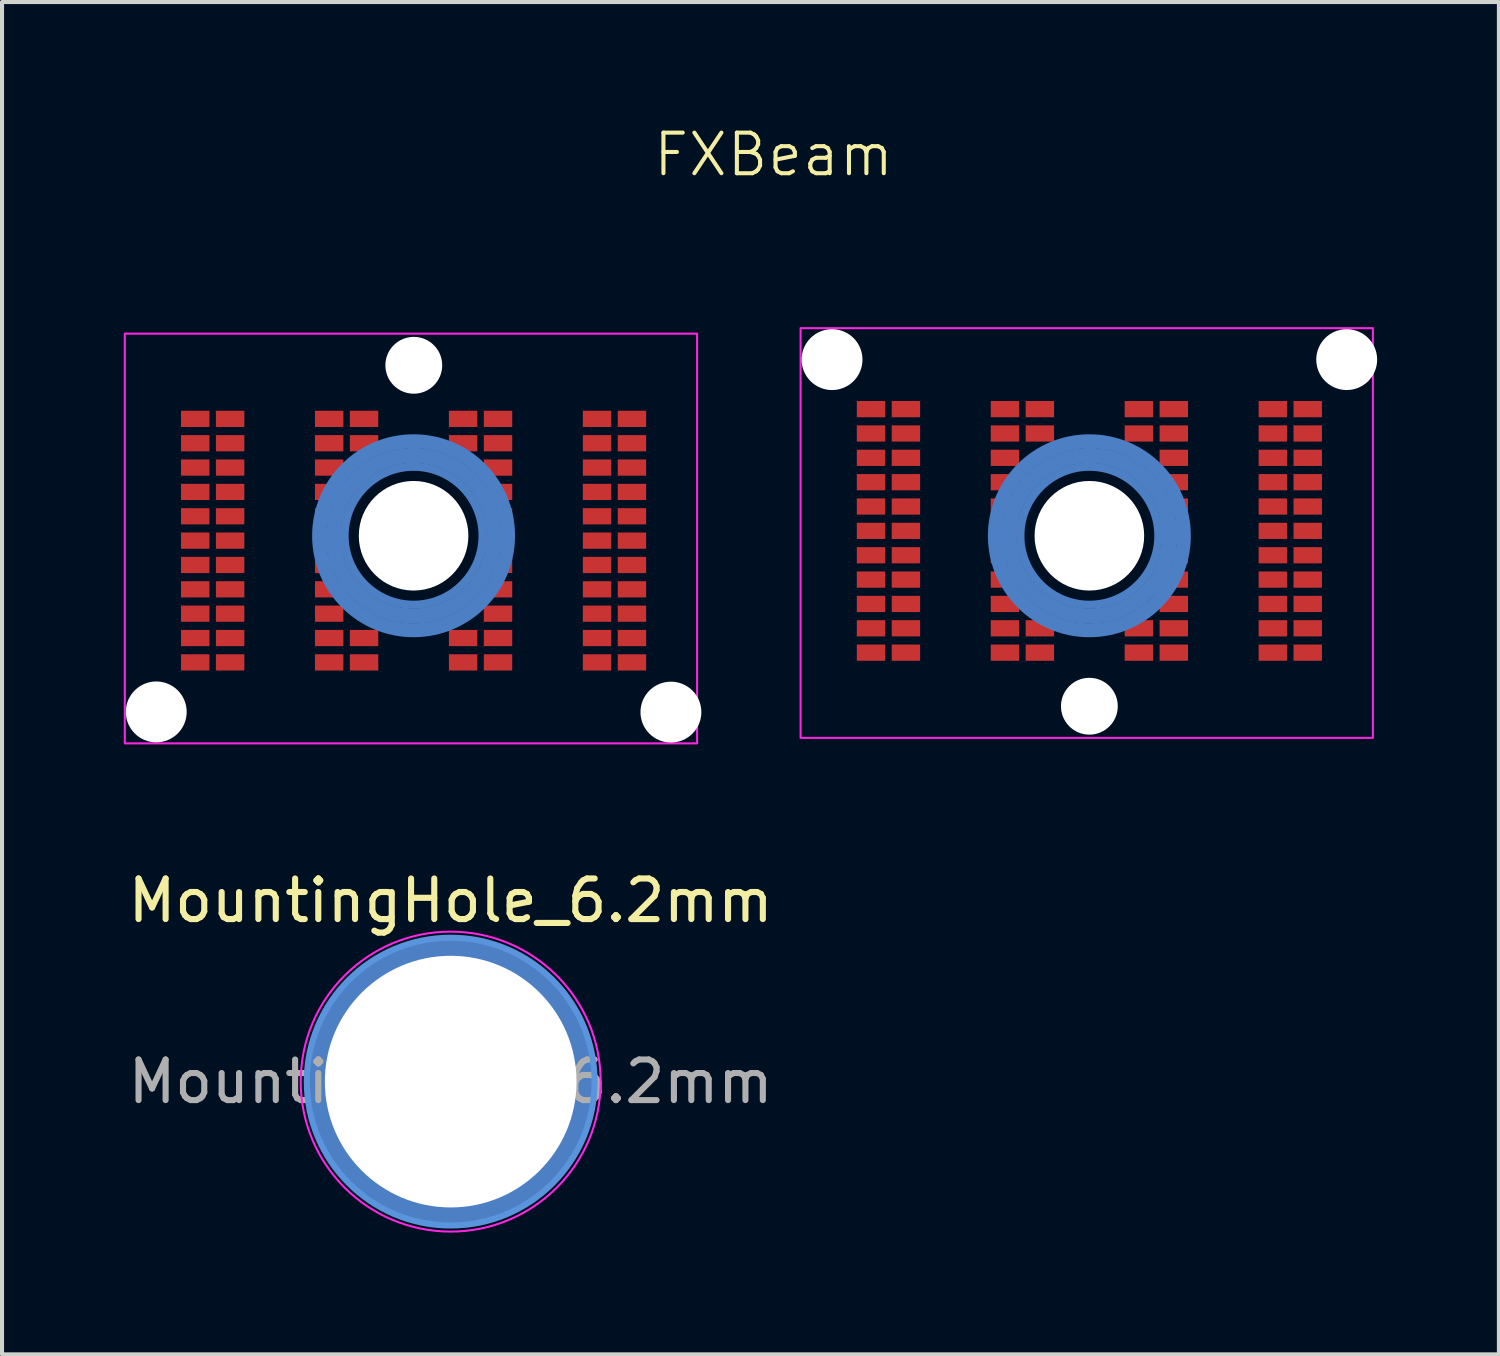
<source format=kicad_pcb>
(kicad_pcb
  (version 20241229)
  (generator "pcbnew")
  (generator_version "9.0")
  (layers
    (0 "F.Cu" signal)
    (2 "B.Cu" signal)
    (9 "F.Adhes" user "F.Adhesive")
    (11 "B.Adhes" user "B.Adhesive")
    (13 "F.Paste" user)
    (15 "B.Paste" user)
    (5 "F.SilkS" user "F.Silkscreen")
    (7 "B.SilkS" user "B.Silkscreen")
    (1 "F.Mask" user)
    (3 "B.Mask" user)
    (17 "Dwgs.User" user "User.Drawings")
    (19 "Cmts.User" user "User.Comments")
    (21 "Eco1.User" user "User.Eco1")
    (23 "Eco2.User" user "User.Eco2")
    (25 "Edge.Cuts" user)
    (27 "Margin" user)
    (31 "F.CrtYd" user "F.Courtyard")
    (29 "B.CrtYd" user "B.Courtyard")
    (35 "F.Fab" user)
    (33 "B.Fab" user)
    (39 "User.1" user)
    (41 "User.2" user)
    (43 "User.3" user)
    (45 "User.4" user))
  (footprint "MountingHole_6.2mm"
    (layer "F.Cu")
    (at 8.054 23.599)
    (property "Reference" "MountingHole_6.2mm" (at 0 -4.46 0) (layer "F.SilkS") (effects (font (size 1 1) (thickness 0.15))))
    (attr exclude_from_pos_files exclude_from_bom)
    (fp_circle (center 0 0) (end 3.545 0) (stroke (width 0.15) (type solid)) (fill no) (layer "Cmts.User"))
    (fp_circle (center 0 0) (end 3.695 0) (stroke (width 0.05) (type solid)) (fill no) (layer "F.CrtYd"))
    (fp_text user "${REFERENCE}" (at 0 0 0) (layer "F.Fab") (effects (font (size 1 1) (thickness 0.15))))
    (pad "1" thru_hole circle (at 0 0) (size 7.1 7.1) (drill 6.2) (layers "*.Cu" "*.Mask")))
  (footprint "FXBeam"
    (layer "F.Cu")
    (at 15.47 10.15)
    (property "Reference" "FXBeam" (at 0.54 -9.39 0) (unlocked yes) (layer "F.SilkS") (effects (font (size 1 1) (thickness 0.1))))
    (attr smd exclude_from_pos_files exclude_from_bom)
    (fp_circle (center -8.33 0) (end -6.63 0) (stroke (width 0.2) (type default)) (fill no) (layer "B.Cu"))
    (fp_circle (center -8.33 0) (end -6.44 0.005) (stroke (width 0.2) (type default)) (fill no) (layer "B.Cu"))
    (fp_circle (center -8.33 0) (end -6.265 0) (stroke (width 0.2) (type default)) (fill no) (layer "B.Cu"))
    (fp_circle (center -8.33 0) (end -6.075 0) (stroke (width 0.2) (type default)) (fill no) (layer "B.Cu"))
    (fp_circle (center -8.33 0) (end -5.93 0) (stroke (width 0.2) (type default)) (fill no) (layer "B.Cu"))
    (fp_circle (center 8.32 0) (end 10.02 0) (stroke (width 0.2) (type default)) (fill no) (layer "B.Cu"))
    (fp_circle (center 8.32 0) (end 10.21 0.005) (stroke (width 0.2) (type default)) (fill no) (layer "B.Cu"))
    (fp_circle (center 8.32 0) (end 10.385 0) (stroke (width 0.2) (type default)) (fill no) (layer "B.Cu"))
    (fp_circle (center 8.32 0) (end 10.575 0) (stroke (width 0.2) (type default)) (fill no) (layer "B.Cu"))
    (fp_circle (center 8.32 0) (end 10.72 0) (stroke (width 0.2) (type default)) (fill no) (layer "B.Cu"))
    (fp_rect (start -15.445 -4.98) (end -1.345 5.115) (stroke (width 0.05) (type default)) (fill no) (layer "F.CrtYd"))
    (fp_rect (start 15.305 4.98) (end 1.205 -5.115) (stroke (width 0.05) (type default)) (fill no) (layer "F.CrtYd"))
    (pad "" np_thru_hole circle (at -14.67 4.34) (size 1.5 1.5) (drill 1.5) (layers "*.Cu" "*.Mask"))
    (pad "" np_thru_hole circle (at -8.33 0) (size 2.7 2.7) (drill 2.7) (layers "*.Cu" "*.Mask"))
    (pad "" np_thru_hole circle (at -8.325 -4.2) (size 1.4 1.4) (drill 1.4) (layers "*.Cu" "*.Mask"))
    (pad "" np_thru_hole circle (at -1.99 4.345) (size 1.5 1.5) (drill 1.5) (layers "*.Cu" "*.Mask"))
    (pad "" np_thru_hole circle (at 1.98 -4.34) (size 1.5 1.5) (drill 1.5) (layers "*.Cu" "*.Mask"))
    (pad "" np_thru_hole circle (at 8.32 0) (size 2.7 2.7) (drill 2.7) (layers "*.Cu" "*.Mask"))
    (pad "" np_thru_hole circle (at 8.32 4.2) (size 1.4 1.4) (drill 1.4) (layers "*.Cu" "*.Mask"))
    (pad "" np_thru_hole circle (at 14.66 -4.34) (size 1.5 1.5) (drill 1.5) (layers "*.Cu" "*.Mask"))
    (pad "PA1" smd rect (at -2.95 -2.88) (size 0.7 0.4) (layers "F.Cu" "F.Mask" "F.Paste"))
    (pad "PA2" smd rect (at -3.81 -2.88) (size 0.7 0.4) (layers "F.Cu" "F.Mask" "F.Paste"))
    (pad "PA3" smd rect (at -6.25 -2.88) (size 0.7 0.4) (layers "F.Cu" "F.Mask" "F.Paste"))
    (pad "PA4" smd rect (at -7.11 -2.88) (size 0.7 0.4) (layers "F.Cu" "F.Mask" "F.Paste"))
    (pad "PA5" smd rect (at -9.55 -2.88 180) (size 0.7 0.4) (layers "F.Cu" "F.Mask" "F.Paste"))
    (pad "PA6" smd rect (at -10.41 -2.88 180) (size 0.7 0.4) (layers "F.Cu" "F.Mask" "F.Paste"))
    (pad "PA7" smd rect (at -12.85 -2.88) (size 0.7 0.4) (layers "F.Cu" "F.Mask" "F.Paste"))
    (pad "PA8" smd rect (at -13.71 -2.88) (size 0.7 0.4) (layers "F.Cu" "F.Mask" "F.Paste"))
    (pad "PB1" smd rect (at -2.95 -2.28) (size 0.7 0.4) (layers "F.Cu" "F.Mask" "F.Paste"))
    (pad "PB2" smd rect (at -3.81 -2.28) (size 0.7 0.4) (layers "F.Cu" "F.Mask" "F.Paste"))
    (pad "PB3" smd rect (at -6.25 -2.28) (size 0.7 0.4) (layers "F.Cu" "F.Mask" "F.Paste"))
    (pad "PB4" smd rect (at -7.11 -2.28) (size 0.7 0.4) (layers "F.Cu" "F.Mask" "F.Paste"))
    (pad "PB5" smd rect (at -9.55 -2.28 180) (size 0.7 0.4) (layers "F.Cu" "F.Mask" "F.Paste"))
    (pad "PB6" smd rect (at -10.41 -2.28 180) (size 0.7 0.4) (layers "F.Cu" "F.Mask" "F.Paste"))
    (pad "PB7" smd rect (at -12.85 -2.28) (size 0.7 0.4) (layers "F.Cu" "F.Mask" "F.Paste"))
    (pad "PB8" smd rect (at -13.71 -2.28) (size 0.7 0.4) (layers "F.Cu" "F.Mask" "F.Paste"))
    (pad "PC1" smd rect (at -2.95 -1.68) (size 0.7 0.4) (layers "F.Cu" "F.Mask" "F.Paste"))
    (pad "PC2" smd rect (at -3.81 -1.68) (size 0.7 0.4) (layers "F.Cu" "F.Mask" "F.Paste"))
    (pad "PC3" smd rect (at -6.25 -1.68) (size 0.7 0.4) (layers "F.Cu" "F.Mask" "F.Paste"))
    (pad "PC6" smd rect (at -10.41 -1.68 180) (size 0.7 0.4) (layers "F.Cu" "F.Mask" "F.Paste"))
    (pad "PC7" smd rect (at -12.85 -1.68) (size 0.7 0.4) (layers "F.Cu" "F.Mask" "F.Paste"))
    (pad "PC8" smd rect (at -13.71 -1.68) (size 0.7 0.4) (layers "F.Cu" "F.Mask" "F.Paste"))
    (pad "PD1" smd rect (at -2.95 -1.08) (size 0.7 0.4) (layers "F.Cu" "F.Mask" "F.Paste"))
    (pad "PD2" smd rect (at -3.81 -1.08) (size 0.7 0.4) (layers "F.Cu" "F.Mask" "F.Paste"))
    (pad "PD3" smd rect (at -6.25 -1.08) (size 0.7 0.4) (layers "F.Cu" "F.Mask" "F.Paste"))
    (pad "PD6" smd rect (at -10.41 -1.08 180) (size 0.7 0.4) (layers "F.Cu" "F.Mask" "F.Paste"))
    (pad "PD7" smd rect (at -12.85 -1.08) (size 0.7 0.4) (layers "F.Cu" "F.Mask" "F.Paste"))
    (pad "PD8" smd rect (at -13.71 -1.08) (size 0.7 0.4) (layers "F.Cu" "F.Mask" "F.Paste"))
    (pad "PE1" smd rect (at -2.95 -0.48) (size 0.7 0.4) (layers "F.Cu" "F.Mask" "F.Paste"))
    (pad "PE2" smd rect (at -3.81 -0.48) (size 0.7 0.4) (layers "F.Cu" "F.Mask" "F.Paste"))
    (pad "PE3" smd rect (at -6.25 -0.48) (size 0.7 0.4) (layers "F.Cu" "F.Mask" "F.Paste"))
    (pad "PE6" smd rect (at -10.41 -0.48 180) (size 0.7 0.4) (layers "F.Cu" "F.Mask" "F.Paste"))
    (pad "PE7" smd rect (at -12.85 -0.48) (size 0.7 0.4) (layers "F.Cu" "F.Mask" "F.Paste"))
    (pad "PE8" smd rect (at -13.71 -0.48) (size 0.7 0.4) (layers "F.Cu" "F.Mask" "F.Paste"))
    (pad "PF1" smd rect (at -2.95 0.12) (size 0.7 0.4) (layers "F.Cu" "F.Mask" "F.Paste"))
    (pad "PF2" smd rect (at -3.81 0.12) (size 0.7 0.4) (layers "F.Cu" "F.Mask" "F.Paste"))
    (pad "PF3" smd rect (at -6.25 0.12) (size 0.7 0.4) (layers "F.Cu" "F.Mask" "F.Paste"))
    (pad "PF6" smd rect (at -10.41 0.12 180) (size 0.7 0.4) (layers "F.Cu" "F.Mask" "F.Paste"))
    (pad "PF7" smd rect (at -12.85 0.12) (size 0.7 0.4) (layers "F.Cu" "F.Mask" "F.Paste"))
    (pad "PF8" smd rect (at -13.71 0.12) (size 0.7 0.4) (layers "F.Cu" "F.Mask" "F.Paste"))
    (pad "PG1" smd rect (at -2.95 0.72) (size 0.7 0.4) (layers "F.Cu" "F.Mask" "F.Paste"))
    (pad "PG2" smd rect (at -3.81 0.72) (size 0.7 0.4) (layers "F.Cu" "F.Mask" "F.Paste"))
    (pad "PG3" smd rect (at -6.25 0.72) (size 0.7 0.4) (layers "F.Cu" "F.Mask" "F.Paste"))
    (pad "PG6" smd rect (at -10.41 0.72 180) (size 0.7 0.4) (layers "F.Cu" "F.Mask" "F.Paste"))
    (pad "PG7" smd rect (at -12.85 0.72) (size 0.7 0.4) (layers "F.Cu" "F.Mask" "F.Paste"))
    (pad "PG8" smd rect (at -13.71 0.72) (size 0.7 0.4) (layers "F.Cu" "F.Mask" "F.Paste"))
    (pad "PH1" smd rect (at -2.95 1.32) (size 0.7 0.4) (layers "F.Cu" "F.Mask" "F.Paste"))
    (pad "PH2" smd rect (at -3.81 1.32) (size 0.7 0.4) (layers "F.Cu" "F.Mask" "F.Paste"))
    (pad "PH3" smd rect (at -6.25 1.32) (size 0.7 0.4) (layers "F.Cu" "F.Mask" "F.Paste"))
    (pad "PH6" smd rect (at -10.41 1.32 180) (size 0.7 0.4) (layers "F.Cu" "F.Mask" "F.Paste"))
    (pad "PH7" smd rect (at -12.85 1.32) (size 0.7 0.4) (layers "F.Cu" "F.Mask" "F.Paste"))
    (pad "PH8" smd rect (at -13.71 1.32) (size 0.7 0.4) (layers "F.Cu" "F.Mask" "F.Paste"))
    (pad "PJ1" smd rect (at -10.41 1.92 180) (size 0.7 0.4) (layers "F.Cu" "F.Mask" "F.Paste"))
    (pad "PJ1" smd rect (at -2.95 1.92) (size 0.7 0.4) (layers "F.Cu" "F.Mask" "F.Paste"))
    (pad "PJ2" smd rect (at -12.85 1.92) (size 0.7 0.4) (layers "F.Cu" "F.Mask" "F.Paste"))
    (pad "PJ2" smd rect (at -3.81 1.92) (size 0.7 0.4) (layers "F.Cu" "F.Mask" "F.Paste"))
    (pad "PJ3" smd rect (at -13.71 1.92) (size 0.7 0.4) (layers "F.Cu" "F.Mask" "F.Paste"))
    (pad "PJ3" smd rect (at -6.25 1.92) (size 0.7 0.4) (layers "F.Cu" "F.Mask" "F.Paste"))
    (pad "PK1" smd rect (at -2.95 2.52) (size 0.7 0.4) (layers "F.Cu" "F.Mask" "F.Paste"))
    (pad "PK2" smd rect (at -3.81 2.52) (size 0.7 0.4) (layers "F.Cu" "F.Mask" "F.Paste"))
    (pad "PK3" smd rect (at -6.25 2.52) (size 0.7 0.4) (layers "F.Cu" "F.Mask" "F.Paste"))
    (pad "PK4" smd rect (at -7.11 2.52) (size 0.7 0.4) (layers "F.Cu" "F.Mask" "F.Paste"))
    (pad "PK5" smd rect (at -9.55 2.52 180) (size 0.7 0.4) (layers "F.Cu" "F.Mask" "F.Paste"))
    (pad "PK6" smd rect (at -10.41 2.52 180) (size 0.7 0.4) (layers "F.Cu" "F.Mask" "F.Paste"))
    (pad "PK7" smd rect (at -12.85 2.52) (size 0.7 0.4) (layers "F.Cu" "F.Mask" "F.Paste"))
    (pad "PK8" smd rect (at -13.71 2.52) (size 0.7 0.4) (layers "F.Cu" "F.Mask" "F.Paste"))
    (pad "PL1" smd rect (at -2.95 3.12) (size 0.7 0.4) (layers "F.Cu" "F.Mask" "F.Paste"))
    (pad "PL2" smd rect (at -3.81 3.12) (size 0.7 0.4) (layers "F.Cu" "F.Mask" "F.Paste"))
    (pad "PL3" smd rect (at -6.25 3.12) (size 0.7 0.4) (layers "F.Cu" "F.Mask" "F.Paste"))
    (pad "PL4" smd rect (at -7.11 3.12) (size 0.7 0.4) (layers "F.Cu" "F.Mask" "F.Paste"))
    (pad "PL5" smd rect (at -9.55 3.12 180) (size 0.7 0.4) (layers "F.Cu" "F.Mask" "F.Paste"))
    (pad "PL6" smd rect (at -10.41 3.12 180) (size 0.7 0.4) (layers "F.Cu" "F.Mask" "F.Paste"))
    (pad "PL7" smd rect (at -12.85 3.12) (size 0.7 0.4) (layers "F.Cu" "F.Mask" "F.Paste"))
    (pad "PL8" smd rect (at -13.71 3.12) (size 0.7 0.4) (layers "F.Cu" "F.Mask" "F.Paste"))
    (pad "SA1" smd rect (at 13.7 -3.12) (size 0.7 0.4) (layers "F.Cu" "F.Mask" "F.Paste"))
    (pad "SA2" smd rect (at 12.84 -3.12) (size 0.7 0.4) (layers "F.Cu" "F.Mask" "F.Paste"))
    (pad "SA3" smd rect (at 10.4 -3.12) (size 0.7 0.4) (layers "F.Cu" "F.Mask" "F.Paste"))
    (pad "SA4" smd rect (at 9.54 -3.12) (size 0.7 0.4) (layers "F.Cu" "F.Mask" "F.Paste"))
    (pad "SA5" smd rect (at 7.1 -3.12 180) (size 0.7 0.4) (layers "F.Cu" "F.Mask" "F.Paste"))
    (pad "SA6" smd rect (at 6.24 -3.12 180) (size 0.7 0.4) (layers "F.Cu" "F.Mask" "F.Paste"))
    (pad "SA7" smd rect (at 3.8 -3.12) (size 0.7 0.4) (layers "F.Cu" "F.Mask" "F.Paste"))
    (pad "SA8" smd rect (at 2.94 -3.12) (size 0.7 0.4) (layers "F.Cu" "F.Mask" "F.Paste"))
    (pad "SB1" smd rect (at 13.7 -2.52) (size 0.7 0.4) (layers "F.Cu" "F.Mask" "F.Paste"))
    (pad "SB2" smd rect (at 12.84 -2.52) (size 0.7 0.4) (layers "F.Cu" "F.Mask" "F.Paste"))
    (pad "SB3" smd rect (at 10.4 -2.52) (size 0.7 0.4) (layers "F.Cu" "F.Mask" "F.Paste"))
    (pad "SB4" smd rect (at 9.54 -2.52) (size 0.7 0.4) (layers "F.Cu" "F.Mask" "F.Paste"))
    (pad "SB5" smd rect (at 7.1 -2.52 180) (size 0.7 0.4) (layers "F.Cu" "F.Mask" "F.Paste"))
    (pad "SB6" smd rect (at 6.24 -2.52 180) (size 0.7 0.4) (layers "F.Cu" "F.Mask" "F.Paste"))
    (pad "SB7" smd rect (at 3.8 -2.52) (size 0.7 0.4) (layers "F.Cu" "F.Mask" "F.Paste"))
    (pad "SB8" smd rect (at 2.94 -2.52) (size 0.7 0.4) (layers "F.Cu" "F.Mask" "F.Paste"))
    (pad "SC1" smd rect (at 13.7 -1.92) (size 0.7 0.4) (layers "F.Cu" "F.Mask" "F.Paste"))
    (pad "SC2" smd rect (at 12.84 -1.92) (size 0.7 0.4) (layers "F.Cu" "F.Mask" "F.Paste"))
    (pad "SC3" smd rect (at 10.4 -1.92) (size 0.7 0.4) (layers "F.Cu" "F.Mask" "F.Paste"))
    (pad "SC6" smd rect (at 6.24 -1.92 180) (size 0.7 0.4) (layers "F.Cu" "F.Mask" "F.Paste"))
    (pad "SC7" smd rect (at 3.8 -1.92) (size 0.7 0.4) (layers "F.Cu" "F.Mask" "F.Paste"))
    (pad "SC8" smd rect (at 2.94 -1.92) (size 0.7 0.4) (layers "F.Cu" "F.Mask" "F.Paste"))
    (pad "SD1" smd rect (at 13.7 -1.32) (size 0.7 0.4) (layers "F.Cu" "F.Mask" "F.Paste"))
    (pad "SD2" smd rect (at 12.84 -1.32) (size 0.7 0.4) (layers "F.Cu" "F.Mask" "F.Paste"))
    (pad "SD3" smd rect (at 10.4 -1.32) (size 0.7 0.4) (layers "F.Cu" "F.Mask" "F.Paste"))
    (pad "SD6" smd rect (at 6.24 -1.32 180) (size 0.7 0.4) (layers "F.Cu" "F.Mask" "F.Paste"))
    (pad "SD7" smd rect (at 3.8 -1.32) (size 0.7 0.4) (layers "F.Cu" "F.Mask" "F.Paste"))
    (pad "SD8" smd rect (at 2.94 -1.32) (size 0.7 0.4) (layers "F.Cu" "F.Mask" "F.Paste"))
    (pad "SE1" smd rect (at 13.7 -0.72) (size 0.7 0.4) (layers "F.Cu" "F.Mask" "F.Paste"))
    (pad "SE2" smd rect (at 12.84 -0.72) (size 0.7 0.4) (layers "F.Cu" "F.Mask" "F.Paste"))
    (pad "SE3" smd rect (at 10.4 -0.72) (size 0.7 0.4) (layers "F.Cu" "F.Mask" "F.Paste"))
    (pad "SE6" smd rect (at 6.24 -0.72 180) (size 0.7 0.4) (layers "F.Cu" "F.Mask" "F.Paste"))
    (pad "SE7" smd rect (at 3.8 -0.72) (size 0.7 0.4) (layers "F.Cu" "F.Mask" "F.Paste"))
    (pad "SE8" smd rect (at 2.94 -0.72) (size 0.7 0.4) (layers "F.Cu" "F.Mask" "F.Paste"))
    (pad "SF1" smd rect (at 13.7 -0.12) (size 0.7 0.4) (layers "F.Cu" "F.Mask" "F.Paste"))
    (pad "SF2" smd rect (at 12.84 -0.12) (size 0.7 0.4) (layers "F.Cu" "F.Mask" "F.Paste"))
    (pad "SF3" smd rect (at 10.4 -0.12) (size 0.7 0.4) (layers "F.Cu" "F.Mask" "F.Paste"))
    (pad "SF6" smd rect (at 6.24 -0.12 180) (size 0.7 0.4) (layers "F.Cu" "F.Mask" "F.Paste"))
    (pad "SF7" smd rect (at 3.8 -0.12) (size 0.7 0.4) (layers "F.Cu" "F.Mask" "F.Paste"))
    (pad "SF8" smd rect (at 2.94 -0.12) (size 0.7 0.4) (layers "F.Cu" "F.Mask" "F.Paste"))
    (pad "SG1" smd rect (at 13.7 0.48) (size 0.7 0.4) (layers "F.Cu" "F.Mask" "F.Paste"))
    (pad "SG2" smd rect (at 12.84 0.48) (size 0.7 0.4) (layers "F.Cu" "F.Mask" "F.Paste"))
    (pad "SG3" smd rect (at 10.4 0.48) (size 0.7 0.4) (layers "F.Cu" "F.Mask" "F.Paste"))
    (pad "SG6" smd rect (at 6.24 0.48 180) (size 0.7 0.4) (layers "F.Cu" "F.Mask" "F.Paste"))
    (pad "SG7" smd rect (at 3.8 0.48) (size 0.7 0.4) (layers "F.Cu" "F.Mask" "F.Paste"))
    (pad "SG8" smd rect (at 2.94 0.48) (size 0.7 0.4) (layers "F.Cu" "F.Mask" "F.Paste"))
    (pad "SH1" smd rect (at 13.7 1.08) (size 0.7 0.4) (layers "F.Cu" "F.Mask" "F.Paste"))
    (pad "SH2" smd rect (at 12.84 1.08) (size 0.7 0.4) (layers "F.Cu" "F.Mask" "F.Paste"))
    (pad "SH3" smd rect (at 10.4 1.08) (size 0.7 0.4) (layers "F.Cu" "F.Mask" "F.Paste"))
    (pad "SH6" smd rect (at 6.24 1.08 180) (size 0.7 0.4) (layers "F.Cu" "F.Mask" "F.Paste"))
    (pad "SH7" smd rect (at 3.8 1.08) (size 0.7 0.4) (layers "F.Cu" "F.Mask" "F.Paste"))
    (pad "SH8" smd rect (at 2.94 1.08) (size 0.7 0.4) (layers "F.Cu" "F.Mask" "F.Paste"))
    (pad "SJ1" smd rect (at 13.7 1.68) (size 0.7 0.4) (layers "F.Cu" "F.Mask" "F.Paste"))
    (pad "SJ2" smd rect (at 12.84 1.68) (size 0.7 0.4) (layers "F.Cu" "F.Mask" "F.Paste"))
    (pad "SJ3" smd rect (at 10.4 1.68) (size 0.7 0.4) (layers "F.Cu" "F.Mask" "F.Paste"))
    (pad "SJ6" smd rect (at 6.24 1.68 180) (size 0.7 0.4) (layers "F.Cu" "F.Mask" "F.Paste"))
    (pad "SJ7" smd rect (at 3.8 1.68) (size 0.7 0.4) (layers "F.Cu" "F.Mask" "F.Paste"))
    (pad "SJ8" smd rect (at 2.94 1.68) (size 0.7 0.4) (layers "F.Cu" "F.Mask" "F.Paste"))
    (pad "SK1" smd rect (at 13.7 2.28) (size 0.7 0.4) (layers "F.Cu" "F.Mask" "F.Paste"))
    (pad "SK2" smd rect (at 12.84 2.28) (size 0.7 0.4) (layers "F.Cu" "F.Mask" "F.Paste"))
    (pad "SK3" smd rect (at 10.4 2.28) (size 0.7 0.4) (layers "F.Cu" "F.Mask" "F.Paste"))
    (pad "SK4" smd rect (at 9.54 2.28) (size 0.7 0.4) (layers "F.Cu" "F.Mask" "F.Paste"))
    (pad "SK5" smd rect (at 7.1 2.28 180) (size 0.7 0.4) (layers "F.Cu" "F.Mask" "F.Paste"))
    (pad "SK6" smd rect (at 6.24 2.28 180) (size 0.7 0.4) (layers "F.Cu" "F.Mask" "F.Paste"))
    (pad "SK7" smd rect (at 3.8 2.28) (size 0.7 0.4) (layers "F.Cu" "F.Mask" "F.Paste"))
    (pad "SK8" smd rect (at 2.94 2.28) (size 0.7 0.4) (layers "F.Cu" "F.Mask" "F.Paste"))
    (pad "SL1" smd rect (at 13.7 2.88) (size 0.7 0.4) (layers "F.Cu" "F.Mask" "F.Paste"))
    (pad "SL2" smd rect (at 12.84 2.88) (size 0.7 0.4) (layers "F.Cu" "F.Mask" "F.Paste"))
    (pad "SL3" smd rect (at 10.4 2.88) (size 0.7 0.4) (layers "F.Cu" "F.Mask" "F.Paste"))
    (pad "SL4" smd rect (at 9.54 2.88) (size 0.7 0.4) (layers "F.Cu" "F.Mask" "F.Paste"))
    (pad "SL5" smd rect (at 7.1 2.88 180) (size 0.7 0.4) (layers "F.Cu" "F.Mask" "F.Paste"))
    (pad "SL6" smd rect (at 6.24 2.88 180) (size 0.7 0.4) (layers "F.Cu" "F.Mask" "F.Paste"))
    (pad "SL7" smd rect (at 3.8 2.88) (size 0.7 0.4) (layers "F.Cu" "F.Mask" "F.Paste"))
    (pad "SL8" smd rect (at 2.94 2.88) (size 0.7 0.4) (layers "F.Cu" "F.Mask" "F.Paste")))
  (gr_rect
    (start -3 -3)
    (end 33.88 30.319)
    (stroke (width 0.1) (type default))
    (fill no)
    (layer "Edge.Cuts")))
</source>
